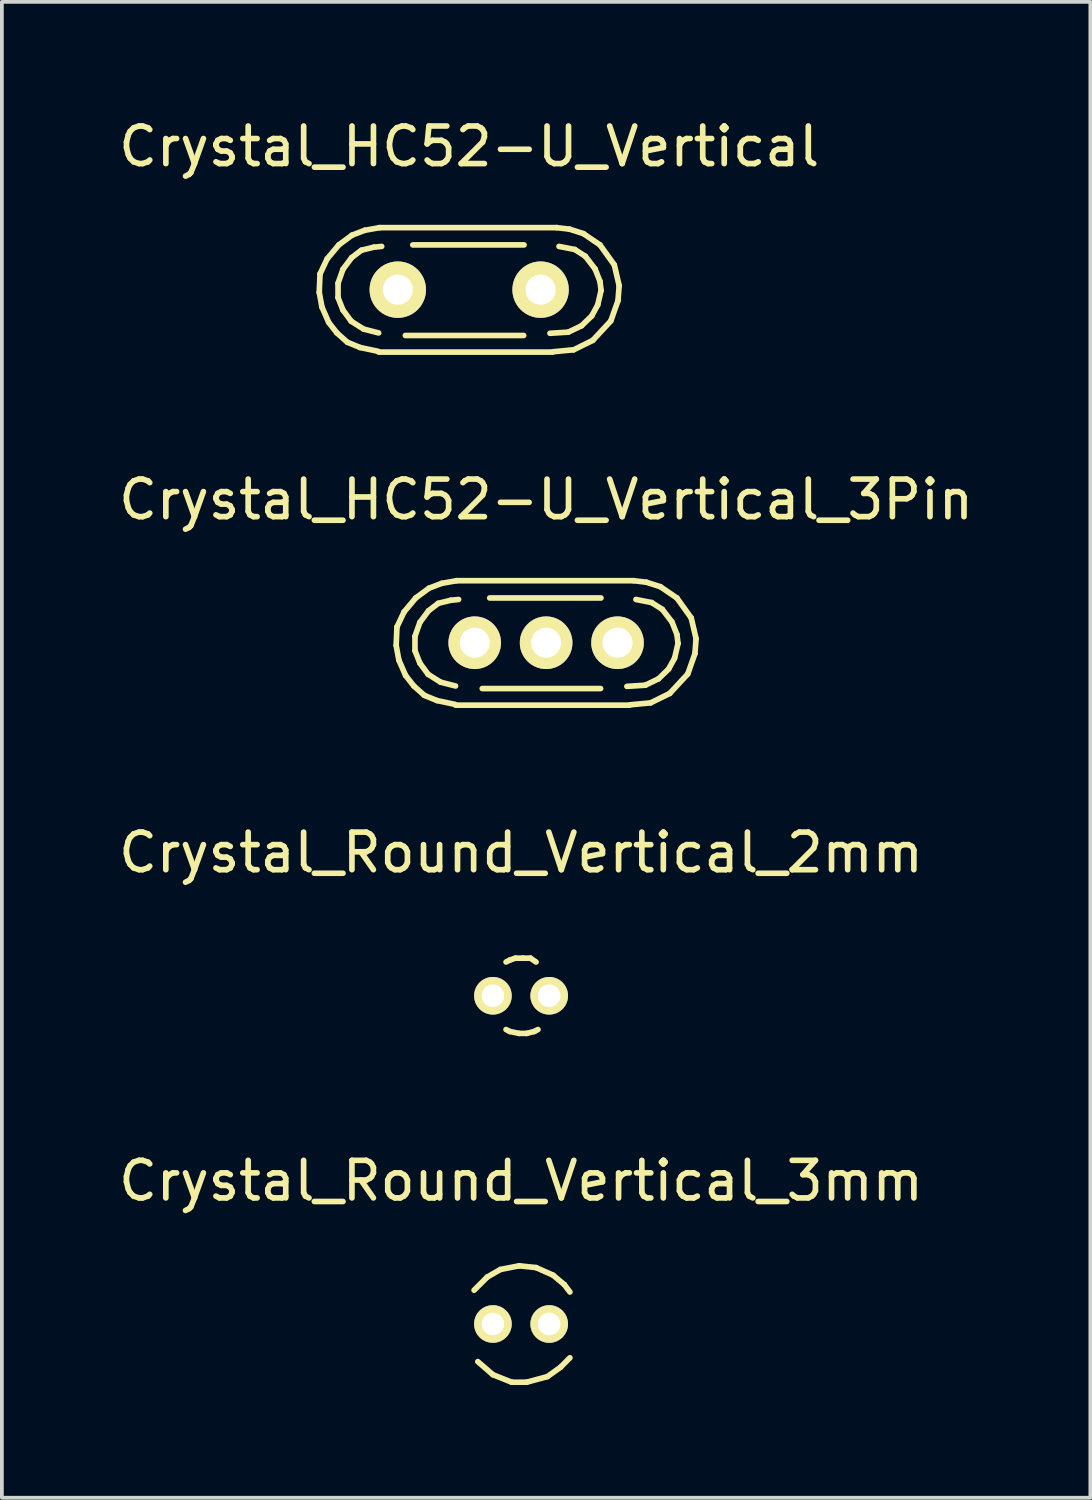
<source format=kicad_pcb>
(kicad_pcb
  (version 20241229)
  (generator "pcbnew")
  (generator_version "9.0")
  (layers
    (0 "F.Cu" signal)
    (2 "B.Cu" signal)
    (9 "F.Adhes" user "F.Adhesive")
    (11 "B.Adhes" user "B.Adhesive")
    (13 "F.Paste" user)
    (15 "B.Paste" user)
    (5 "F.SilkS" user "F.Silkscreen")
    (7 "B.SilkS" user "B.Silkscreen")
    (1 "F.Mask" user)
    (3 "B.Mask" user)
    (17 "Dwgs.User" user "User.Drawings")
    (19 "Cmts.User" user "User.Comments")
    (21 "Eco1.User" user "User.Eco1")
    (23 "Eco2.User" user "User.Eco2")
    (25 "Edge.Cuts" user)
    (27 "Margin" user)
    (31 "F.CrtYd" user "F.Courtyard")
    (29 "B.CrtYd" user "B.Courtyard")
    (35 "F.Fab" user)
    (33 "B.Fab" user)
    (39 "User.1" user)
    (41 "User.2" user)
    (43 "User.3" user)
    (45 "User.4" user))
  (footprint "Crystal_HC52-U_Vertical"
    (layer "F.Cu")
    (at 9.435 4.658)
    (property "Reference" "Crystal_HC52-U_Vertical" (at 0 -3.81 0) (layer "F.SilkS") (effects (font (size 1 1) (thickness 0.15))))
    (attr through_hole)
    (fp_line (start -3.99 0.071) (end -3.97 -0.419) (stroke (width 0.15) (type solid)) (layer "F.SilkS"))
    (fp_line (start -3.97 -0.419) (end -3.78 -0.82) (stroke (width 0.15) (type solid)) (layer "F.SilkS"))
    (fp_line (start -3.919 0.46) (end -3.99 0.071) (stroke (width 0.15) (type solid)) (layer "F.SilkS"))
    (fp_line (start -3.78 -0.82) (end -3.47 -1.191) (stroke (width 0.15) (type solid)) (layer "F.SilkS"))
    (fp_line (start -3.739 0.871) (end -3.919 0.46) (stroke (width 0.15) (type solid)) (layer "F.SilkS"))
    (fp_line (start -3.52 1.151) (end -3.739 0.871) (stroke (width 0.15) (type solid)) (layer "F.SilkS"))
    (fp_line (start -3.49 -0.17) (end -3.36 -0.541) (stroke (width 0.15) (type solid)) (layer "F.SilkS"))
    (fp_line (start -3.49 0.211) (end -3.49 -0.17) (stroke (width 0.15) (type solid)) (layer "F.SilkS"))
    (fp_line (start -3.47 -1.191) (end -3.119 -1.45) (stroke (width 0.15) (type solid)) (layer "F.SilkS"))
    (fp_line (start -3.36 -0.541) (end -3.129 -0.851) (stroke (width 0.15) (type solid)) (layer "F.SilkS"))
    (fp_line (start -3.36 0.541) (end -3.49 0.211) (stroke (width 0.15) (type solid)) (layer "F.SilkS"))
    (fp_line (start -3.241 1.4) (end -3.52 1.151) (stroke (width 0.15) (type solid)) (layer "F.SilkS"))
    (fp_line (start -3.139 0.841) (end -3.36 0.541) (stroke (width 0.15) (type solid)) (layer "F.SilkS"))
    (fp_line (start -3.129 -0.851) (end -2.87 -1.049) (stroke (width 0.15) (type solid)) (layer "F.SilkS"))
    (fp_line (start -3.119 -1.45) (end -2.779 -1.58) (stroke (width 0.15) (type solid)) (layer "F.SilkS"))
    (fp_line (start -2.901 1.539) (end -3.241 1.4) (stroke (width 0.15) (type solid)) (layer "F.SilkS"))
    (fp_line (start -2.87 -1.049) (end -2.54 -1.13) (stroke (width 0.15) (type solid)) (layer "F.SilkS"))
    (fp_line (start -2.809 1.049) (end -3.139 0.841) (stroke (width 0.15) (type solid)) (layer "F.SilkS"))
    (fp_line (start -2.779 -1.58) (end -2.38 -1.651) (stroke (width 0.15) (type solid)) (layer "F.SilkS"))
    (fp_line (start -2.54 -1.13) (end -2.329 -1.151) (stroke (width 0.15) (type solid)) (layer "F.SilkS"))
    (fp_line (start -2.421 1.641) (end -2.901 1.539) (stroke (width 0.15) (type solid)) (layer "F.SilkS"))
    (fp_line (start -2.41 1.151) (end -2.809 1.049) (stroke (width 0.15) (type solid)) (layer "F.SilkS"))
    (fp_line (start -2.39 -1.651) (end 2.329 -1.651) (stroke (width 0.15) (type solid)) (layer "F.SilkS"))
    (fp_line (start -1.699 1.219) (end 1.45 1.219) (stroke (width 0.15) (type solid)) (layer "F.SilkS"))
    (fp_line (start 1.46 -1.191) (end -1.501 -1.191) (stroke (width 0.15) (type solid)) (layer "F.SilkS"))
    (fp_line (start 2.22 1.661) (end -2.41 1.661) (stroke (width 0.15) (type solid)) (layer "F.SilkS"))
    (fp_line (start 2.329 -1.651) (end 2.67 -1.61) (stroke (width 0.15) (type solid)) (layer "F.SilkS"))
    (fp_line (start 2.39 -1.151) (end 2.809 -1.069) (stroke (width 0.15) (type solid)) (layer "F.SilkS"))
    (fp_line (start 2.639 1.13) (end 2.149 1.161) (stroke (width 0.15) (type solid)) (layer "F.SilkS"))
    (fp_line (start 2.67 -1.61) (end 3.04 -1.491) (stroke (width 0.15) (type solid)) (layer "F.SilkS"))
    (fp_line (start 2.779 1.6) (end 2.24 1.651) (stroke (width 0.15) (type solid)) (layer "F.SilkS"))
    (fp_line (start 2.809 -1.069) (end 3.091 -0.889) (stroke (width 0.15) (type solid)) (layer "F.SilkS"))
    (fp_line (start 2.99 0.96) (end 2.639 1.13) (stroke (width 0.15) (type solid)) (layer "F.SilkS"))
    (fp_line (start 3.04 -1.491) (end 3.48 -1.191) (stroke (width 0.15) (type solid)) (layer "F.SilkS"))
    (fp_line (start 3.091 -0.889) (end 3.35 -0.551) (stroke (width 0.15) (type solid)) (layer "F.SilkS"))
    (fp_line (start 3.259 0.701) (end 2.99 0.96) (stroke (width 0.15) (type solid)) (layer "F.SilkS"))
    (fp_line (start 3.289 1.349) (end 2.779 1.6) (stroke (width 0.15) (type solid)) (layer "F.SilkS"))
    (fp_line (start 3.35 -0.551) (end 3.48 -0.221) (stroke (width 0.15) (type solid)) (layer "F.SilkS"))
    (fp_line (start 3.419 0.409) (end 3.259 0.701) (stroke (width 0.15) (type solid)) (layer "F.SilkS"))
    (fp_line (start 3.48 -1.191) (end 3.861 -0.66) (stroke (width 0.15) (type solid)) (layer "F.SilkS"))
    (fp_line (start 3.48 -0.221) (end 3.51 0.02) (stroke (width 0.15) (type solid)) (layer "F.SilkS"))
    (fp_line (start 3.51 0.02) (end 3.419 0.409) (stroke (width 0.15) (type solid)) (layer "F.SilkS"))
    (fp_line (start 3.769 0.831) (end 3.289 1.349) (stroke (width 0.15) (type solid)) (layer "F.SilkS"))
    (fp_line (start 3.861 -0.66) (end 3.99 -0.109) (stroke (width 0.15) (type solid)) (layer "F.SilkS"))
    (fp_line (start 3.96 0.29) (end 3.769 0.831) (stroke (width 0.15) (type solid)) (layer "F.SilkS"))
    (fp_line (start 3.99 -0.109) (end 3.96 0.29) (stroke (width 0.15) (type solid)) (layer "F.SilkS"))
    (pad "1" thru_hole circle (at -1.9 0) (size 1.501 1.501) (drill 0.8) (layers "*.Cu" "*.Mask" "F.SilkS"))
    (pad "2" thru_hole circle (at 1.9 0) (size 1.501 1.501) (drill 0.8) (layers "*.Cu" "*.Mask" "F.SilkS")))
  (footprint "Crystal_Round_Vertical_3mm"
    (layer "F.Cu")
    (at 10.815 32.181)
    (property "Reference" "Crystal_Round_Vertical_3mm" (at 0 -3.81 0) (layer "F.SilkS") (effects (font (size 1 1) (thickness 0.15))))
    (attr through_hole)
    (fp_line (start -0.899 -1.25) (end -1.25 -0.899) (stroke (width 0.15) (type solid)) (layer "F.SilkS"))
    (fp_line (start -0.749 1.349) (end -1.151 1.001) (stroke (width 0.15) (type solid)) (layer "F.SilkS"))
    (fp_line (start -0.551 -1.45) (end -0.899 -1.25) (stroke (width 0.15) (type solid)) (layer "F.SilkS"))
    (fp_line (start -0.249 1.549) (end -0.749 1.349) (stroke (width 0.15) (type solid)) (layer "F.SilkS"))
    (fp_line (start -0.051 -1.549) (end -0.551 -1.45) (stroke (width 0.15) (type solid)) (layer "F.SilkS"))
    (fp_line (start 0.15 1.549) (end -0.249 1.549) (stroke (width 0.15) (type solid)) (layer "F.SilkS"))
    (fp_line (start 0.399 -1.501) (end -0.051 -1.549) (stroke (width 0.15) (type solid)) (layer "F.SilkS"))
    (fp_line (start 0.701 1.4) (end 0.15 1.549) (stroke (width 0.15) (type solid)) (layer "F.SilkS"))
    (fp_line (start 0.851 -1.3) (end 0.399 -1.501) (stroke (width 0.15) (type solid)) (layer "F.SilkS"))
    (fp_line (start 1.049 1.151) (end 0.701 1.4) (stroke (width 0.15) (type solid)) (layer "F.SilkS"))
    (fp_line (start 1.151 -1.049) (end 0.851 -1.3) (stroke (width 0.15) (type solid)) (layer "F.SilkS"))
    (fp_line (start 1.3 -0.851) (end 1.151 -1.049) (stroke (width 0.15) (type solid)) (layer "F.SilkS"))
    (fp_line (start 1.3 0.899) (end 1.049 1.151) (stroke (width 0.15) (type solid)) (layer "F.SilkS"))
    (pad "1" thru_hole circle (at -0.749 0) (size 1.001 1.001) (drill 0.599) (layers "*.Cu" "*.Mask" "F.SilkS"))
    (pad "2" thru_hole circle (at 0.749 0) (size 1.001 1.001) (drill 0.599) (layers "*.Cu" "*.Mask" "F.SilkS")))
  (footprint "Crystal_Round_Vertical_2mm"
    (layer "F.Cu")
    (at 10.815 23.447)
    (property "Reference" "Crystal_Round_Vertical_2mm" (at 0 -3.81 0) (layer "F.SilkS") (effects (font (size 1 1) (thickness 0.15))))
    (attr through_hole)
    (fp_line (start -0.3 -0.95) (end -0.399 -0.899) (stroke (width 0.15) (type solid)) (layer "F.SilkS"))
    (fp_line (start -0.3 0.95) (end -0.399 0.899) (stroke (width 0.15) (type solid)) (layer "F.SilkS"))
    (fp_line (start -0.15 -1.001) (end -0.3 -0.95) (stroke (width 0.15) (type solid)) (layer "F.SilkS"))
    (fp_line (start -0.051 1.001) (end -0.3 0.95) (stroke (width 0.15) (type solid)) (layer "F.SilkS"))
    (fp_line (start 0.051 -1.001) (end -0.15 -1.001) (stroke (width 0.15) (type solid)) (layer "F.SilkS"))
    (fp_line (start 0.15 1.001) (end -0.051 1.001) (stroke (width 0.15) (type solid)) (layer "F.SilkS"))
    (fp_line (start 0.249 -1.001) (end 0.051 -1.001) (stroke (width 0.15) (type solid)) (layer "F.SilkS"))
    (fp_line (start 0.351 0.95) (end 0.15 1.001) (stroke (width 0.15) (type solid)) (layer "F.SilkS"))
    (fp_line (start 0.399 -0.899) (end 0.249 -1.001) (stroke (width 0.15) (type solid)) (layer "F.SilkS"))
    (fp_line (start 0.45 0.899) (end 0.351 0.95) (stroke (width 0.15) (type solid)) (layer "F.SilkS"))
    (pad "1" thru_hole circle (at -0.749 0) (size 1.001 1.001) (drill 0.599) (layers "*.Cu" "*.Mask" "F.SilkS"))
    (pad "2" thru_hole circle (at 0.749 0) (size 1.001 1.001) (drill 0.599) (layers "*.Cu" "*.Mask" "F.SilkS")))
  (footprint "Crystal_HC52-U_Vertical_3Pin"
    (layer "F.Cu")
    (at 11.482 14.053)
    (property "Reference" "Crystal_HC52-U_Vertical_3Pin" (at 0 -3.81 0) (layer "F.SilkS") (effects (font (size 1 1) (thickness 0.15))))
    (attr through_hole)
    (fp_line (start -3.99 0.071) (end -3.97 -0.419) (stroke (width 0.15) (type solid)) (layer "F.SilkS"))
    (fp_line (start -3.97 -0.419) (end -3.78 -0.82) (stroke (width 0.15) (type solid)) (layer "F.SilkS"))
    (fp_line (start -3.919 0.46) (end -3.99 0.071) (stroke (width 0.15) (type solid)) (layer "F.SilkS"))
    (fp_line (start -3.78 -0.82) (end -3.47 -1.191) (stroke (width 0.15) (type solid)) (layer "F.SilkS"))
    (fp_line (start -3.739 0.871) (end -3.919 0.46) (stroke (width 0.15) (type solid)) (layer "F.SilkS"))
    (fp_line (start -3.52 1.151) (end -3.739 0.871) (stroke (width 0.15) (type solid)) (layer "F.SilkS"))
    (fp_line (start -3.49 -0.17) (end -3.36 -0.541) (stroke (width 0.15) (type solid)) (layer "F.SilkS"))
    (fp_line (start -3.49 0.211) (end -3.49 -0.17) (stroke (width 0.15) (type solid)) (layer "F.SilkS"))
    (fp_line (start -3.47 -1.191) (end -3.119 -1.45) (stroke (width 0.15) (type solid)) (layer "F.SilkS"))
    (fp_line (start -3.36 -0.541) (end -3.129 -0.851) (stroke (width 0.15) (type solid)) (layer "F.SilkS"))
    (fp_line (start -3.36 0.541) (end -3.49 0.211) (stroke (width 0.15) (type solid)) (layer "F.SilkS"))
    (fp_line (start -3.241 1.4) (end -3.52 1.151) (stroke (width 0.15) (type solid)) (layer "F.SilkS"))
    (fp_line (start -3.139 0.841) (end -3.36 0.541) (stroke (width 0.15) (type solid)) (layer "F.SilkS"))
    (fp_line (start -3.129 -0.851) (end -2.87 -1.049) (stroke (width 0.15) (type solid)) (layer "F.SilkS"))
    (fp_line (start -3.119 -1.45) (end -2.779 -1.58) (stroke (width 0.15) (type solid)) (layer "F.SilkS"))
    (fp_line (start -2.901 1.539) (end -3.241 1.4) (stroke (width 0.15) (type solid)) (layer "F.SilkS"))
    (fp_line (start -2.87 -1.049) (end -2.54 -1.13) (stroke (width 0.15) (type solid)) (layer "F.SilkS"))
    (fp_line (start -2.809 1.049) (end -3.139 0.841) (stroke (width 0.15) (type solid)) (layer "F.SilkS"))
    (fp_line (start -2.779 -1.58) (end -2.38 -1.651) (stroke (width 0.15) (type solid)) (layer "F.SilkS"))
    (fp_line (start -2.54 -1.13) (end -2.329 -1.151) (stroke (width 0.15) (type solid)) (layer "F.SilkS"))
    (fp_line (start -2.421 1.641) (end -2.901 1.539) (stroke (width 0.15) (type solid)) (layer "F.SilkS"))
    (fp_line (start -2.41 1.151) (end -2.809 1.049) (stroke (width 0.15) (type solid)) (layer "F.SilkS"))
    (fp_line (start -2.39 -1.651) (end 2.329 -1.651) (stroke (width 0.15) (type solid)) (layer "F.SilkS"))
    (fp_line (start -1.699 1.219) (end 1.45 1.219) (stroke (width 0.15) (type solid)) (layer "F.SilkS"))
    (fp_line (start 1.46 -1.191) (end -1.501 -1.191) (stroke (width 0.15) (type solid)) (layer "F.SilkS"))
    (fp_line (start 2.22 1.661) (end -2.41 1.661) (stroke (width 0.15) (type solid)) (layer "F.SilkS"))
    (fp_line (start 2.329 -1.651) (end 2.67 -1.61) (stroke (width 0.15) (type solid)) (layer "F.SilkS"))
    (fp_line (start 2.39 -1.151) (end 2.809 -1.069) (stroke (width 0.15) (type solid)) (layer "F.SilkS"))
    (fp_line (start 2.639 1.13) (end 2.149 1.161) (stroke (width 0.15) (type solid)) (layer "F.SilkS"))
    (fp_line (start 2.67 -1.61) (end 3.04 -1.491) (stroke (width 0.15) (type solid)) (layer "F.SilkS"))
    (fp_line (start 2.779 1.6) (end 2.24 1.651) (stroke (width 0.15) (type solid)) (layer "F.SilkS"))
    (fp_line (start 2.809 -1.069) (end 3.091 -0.889) (stroke (width 0.15) (type solid)) (layer "F.SilkS"))
    (fp_line (start 2.99 0.96) (end 2.639 1.13) (stroke (width 0.15) (type solid)) (layer "F.SilkS"))
    (fp_line (start 3.04 -1.491) (end 3.48 -1.191) (stroke (width 0.15) (type solid)) (layer "F.SilkS"))
    (fp_line (start 3.091 -0.889) (end 3.35 -0.551) (stroke (width 0.15) (type solid)) (layer "F.SilkS"))
    (fp_line (start 3.259 0.701) (end 2.99 0.96) (stroke (width 0.15) (type solid)) (layer "F.SilkS"))
    (fp_line (start 3.289 1.349) (end 2.779 1.6) (stroke (width 0.15) (type solid)) (layer "F.SilkS"))
    (fp_line (start 3.35 -0.551) (end 3.48 -0.221) (stroke (width 0.15) (type solid)) (layer "F.SilkS"))
    (fp_line (start 3.419 0.409) (end 3.259 0.701) (stroke (width 0.15) (type solid)) (layer "F.SilkS"))
    (fp_line (start 3.48 -1.191) (end 3.861 -0.66) (stroke (width 0.15) (type solid)) (layer "F.SilkS"))
    (fp_line (start 3.48 -0.221) (end 3.51 0.02) (stroke (width 0.15) (type solid)) (layer "F.SilkS"))
    (fp_line (start 3.51 0.02) (end 3.419 0.409) (stroke (width 0.15) (type solid)) (layer "F.SilkS"))
    (fp_line (start 3.769 0.831) (end 3.289 1.349) (stroke (width 0.15) (type solid)) (layer "F.SilkS"))
    (fp_line (start 3.861 -0.66) (end 3.99 -0.109) (stroke (width 0.15) (type solid)) (layer "F.SilkS"))
    (fp_line (start 3.96 0.29) (end 3.769 0.831) (stroke (width 0.15) (type solid)) (layer "F.SilkS"))
    (fp_line (start 3.99 -0.109) (end 3.96 0.29) (stroke (width 0.15) (type solid)) (layer "F.SilkS"))
    (pad "1" thru_hole circle (at -1.9 0) (size 1.4 1.4) (drill 0.8) (layers "*.Cu" "*.Mask" "F.SilkS"))
    (pad "2" thru_hole circle (at 1.9 0) (size 1.4 1.4) (drill 0.8) (layers "*.Cu" "*.Mask" "F.SilkS"))
    (pad "3" thru_hole circle (at 0 0) (size 1.4 1.4) (drill 0.8) (layers "*.Cu" "*.Mask" "F.SilkS")))
  (gr_rect
    (start -3 -3)
    (end 25.964 36.805)
    (stroke (width 0.1) (type default))
    (fill no)
    (layer "Edge.Cuts")))
</source>
